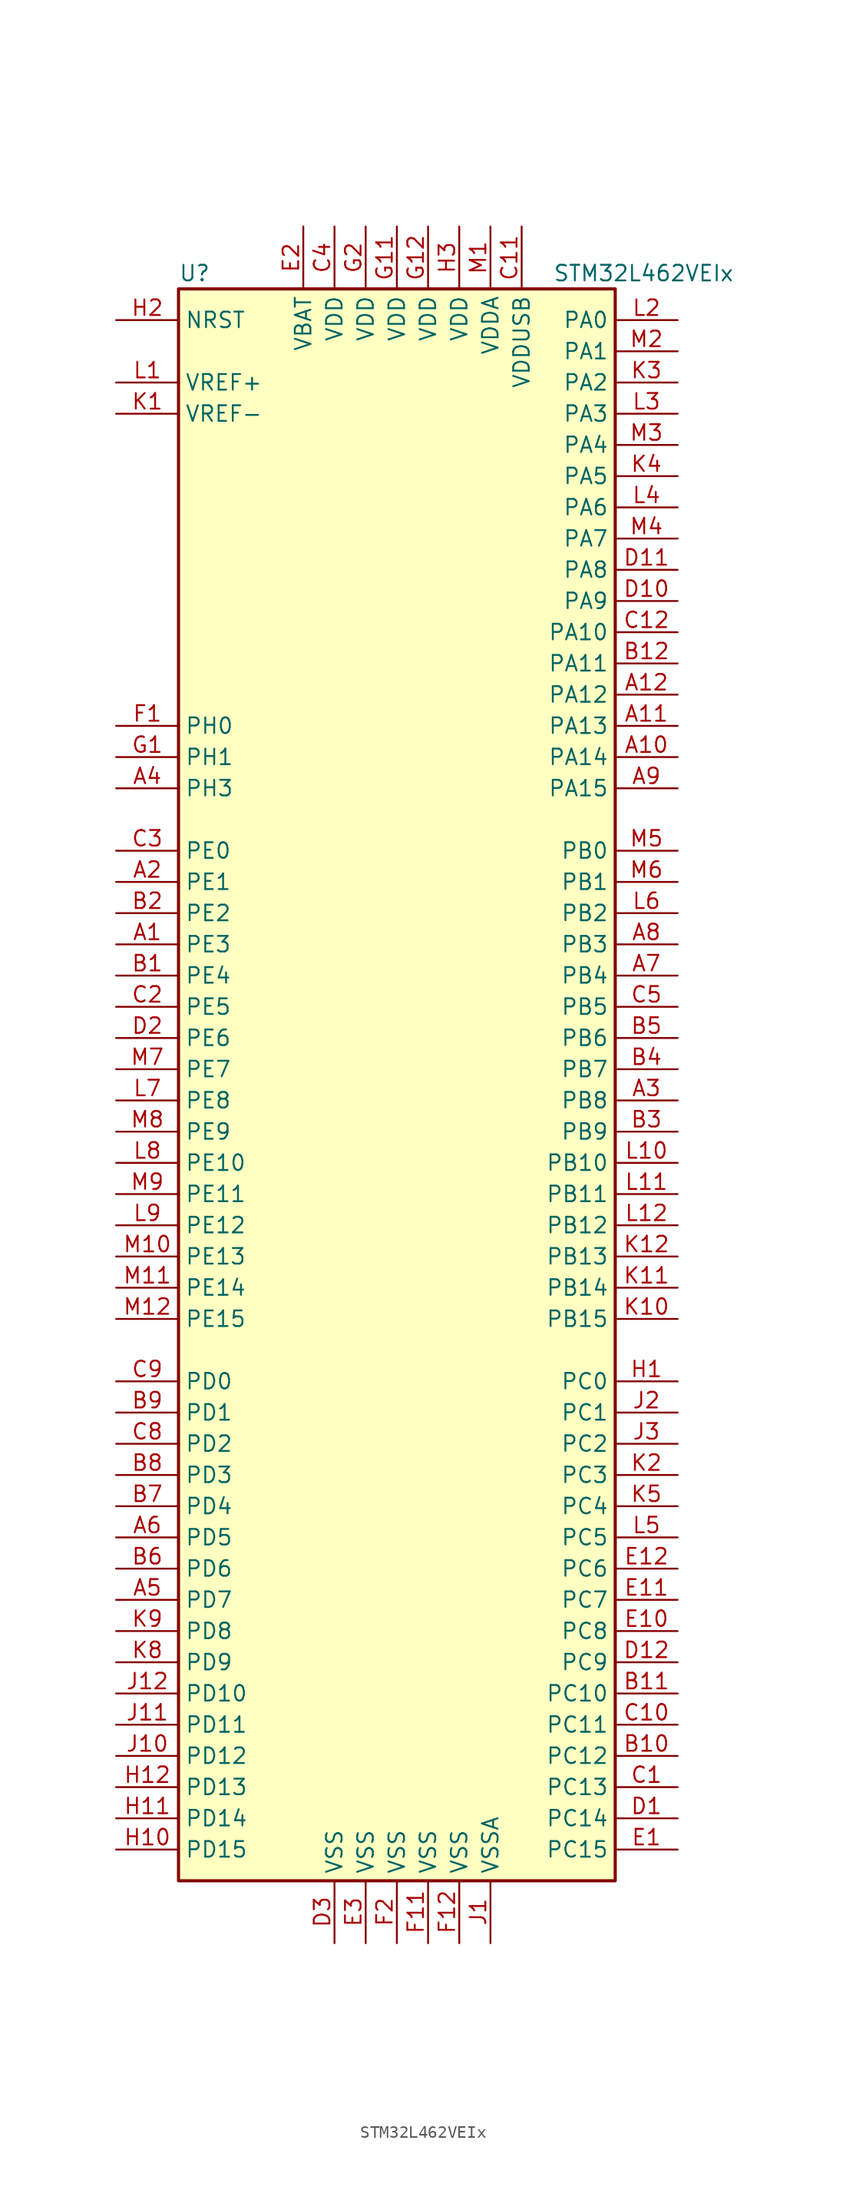
<source format=kicad_sym>
(kicad_symbol_lib
  (version 20201005)
  (generator kicad_symbol_editor)
  (symbol "STM32L462VEIx"
    (property "Reference" "U"
      (at -17.78 64.77 0)
      (effects (font (size 1.27 1.27)) (justify left)))
    (property "Value" "STM32L462VEIx"
      (at 12.7 64.77 0)
      (effects (font (size 1.27 1.27)) (justify left)))
    (symbol "STM32L462VEIx_0_1"
      (rectangle (start -17.78 -66.04) (end 17.78 63.5) (stroke (width 0.254)) (fill (type background))))
    (symbol "STM32L462VEIx_1_1"
      (pin input line (at -22.86 60.96 0) (length 5.08) (name "NRST" (effects (font (size 1.27 1.27)))) (number "H2" (effects (font (size 1.27 1.27)))))
      (pin bidirectional line (at 22.86 60.96 180) (length 5.08) (name "PA0" (effects (font (size 1.27 1.27)))) (number "L2" (effects (font (size 1.27 1.27)))))
      (pin bidirectional line (at 22.86 58.42 180) (length 5.08) (name "PA1" (effects (font (size 1.27 1.27)))) (number "M2" (effects (font (size 1.27 1.27)))))
      (pin bidirectional line (at 22.86 35.56 180) (length 5.08) (name "PA10" (effects (font (size 1.27 1.27)))) (number "C12" (effects (font (size 1.27 1.27)))))
      (pin bidirectional line (at 22.86 33.02 180) (length 5.08) (name "PA11" (effects (font (size 1.27 1.27)))) (number "B12" (effects (font (size 1.27 1.27)))))
      (pin bidirectional line (at 22.86 30.48 180) (length 5.08) (name "PA12" (effects (font (size 1.27 1.27)))) (number "A12" (effects (font (size 1.27 1.27)))))
      (pin bidirectional line (at 22.86 27.94 180) (length 5.08) (name "PA13" (effects (font (size 1.27 1.27)))) (number "A11" (effects (font (size 1.27 1.27)))))
      (pin bidirectional line (at 22.86 25.4 180) (length 5.08) (name "PA14" (effects (font (size 1.27 1.27)))) (number "A10" (effects (font (size 1.27 1.27)))))
      (pin bidirectional line (at 22.86 22.86 180) (length 5.08) (name "PA15" (effects (font (size 1.27 1.27)))) (number "A9" (effects (font (size 1.27 1.27)))))
      (pin bidirectional line (at 22.86 55.88 180) (length 5.08) (name "PA2" (effects (font (size 1.27 1.27)))) (number "K3" (effects (font (size 1.27 1.27)))))
      (pin bidirectional line (at 22.86 53.34 180) (length 5.08) (name "PA3" (effects (font (size 1.27 1.27)))) (number "L3" (effects (font (size 1.27 1.27)))))
      (pin bidirectional line (at 22.86 50.8 180) (length 5.08) (name "PA4" (effects (font (size 1.27 1.27)))) (number "M3" (effects (font (size 1.27 1.27)))))
      (pin bidirectional line (at 22.86 48.26 180) (length 5.08) (name "PA5" (effects (font (size 1.27 1.27)))) (number "K4" (effects (font (size 1.27 1.27)))))
      (pin bidirectional line (at 22.86 45.72 180) (length 5.08) (name "PA6" (effects (font (size 1.27 1.27)))) (number "L4" (effects (font (size 1.27 1.27)))))
      (pin bidirectional line (at 22.86 43.18 180) (length 5.08) (name "PA7" (effects (font (size 1.27 1.27)))) (number "M4" (effects (font (size 1.27 1.27)))))
      (pin bidirectional line (at 22.86 40.64 180) (length 5.08) (name "PA8" (effects (font (size 1.27 1.27)))) (number "D11" (effects (font (size 1.27 1.27)))))
      (pin bidirectional line (at 22.86 38.1 180) (length 5.08) (name "PA9" (effects (font (size 1.27 1.27)))) (number "D10" (effects (font (size 1.27 1.27)))))
      (pin bidirectional line (at 22.86 17.78 180) (length 5.08) (name "PB0" (effects (font (size 1.27 1.27)))) (number "M5" (effects (font (size 1.27 1.27)))))
      (pin bidirectional line (at 22.86 15.24 180) (length 5.08) (name "PB1" (effects (font (size 1.27 1.27)))) (number "M6" (effects (font (size 1.27 1.27)))))
      (pin bidirectional line (at 22.86 -7.62 180) (length 5.08) (name "PB10" (effects (font (size 1.27 1.27)))) (number "L10" (effects (font (size 1.27 1.27)))))
      (pin bidirectional line (at 22.86 -10.16 180) (length 5.08) (name "PB11" (effects (font (size 1.27 1.27)))) (number "L11" (effects (font (size 1.27 1.27)))))
      (pin bidirectional line (at 22.86 -12.7 180) (length 5.08) (name "PB12" (effects (font (size 1.27 1.27)))) (number "L12" (effects (font (size 1.27 1.27)))))
      (pin bidirectional line (at 22.86 -15.24 180) (length 5.08) (name "PB13" (effects (font (size 1.27 1.27)))) (number "K12" (effects (font (size 1.27 1.27)))))
      (pin bidirectional line (at 22.86 -17.78 180) (length 5.08) (name "PB14" (effects (font (size 1.27 1.27)))) (number "K11" (effects (font (size 1.27 1.27)))))
      (pin bidirectional line (at 22.86 -20.32 180) (length 5.08) (name "PB15" (effects (font (size 1.27 1.27)))) (number "K10" (effects (font (size 1.27 1.27)))))
      (pin bidirectional line (at 22.86 12.7 180) (length 5.08) (name "PB2" (effects (font (size 1.27 1.27)))) (number "L6" (effects (font (size 1.27 1.27)))))
      (pin bidirectional line (at 22.86 10.16 180) (length 5.08) (name "PB3" (effects (font (size 1.27 1.27)))) (number "A8" (effects (font (size 1.27 1.27)))))
      (pin bidirectional line (at 22.86 7.62 180) (length 5.08) (name "PB4" (effects (font (size 1.27 1.27)))) (number "A7" (effects (font (size 1.27 1.27)))))
      (pin bidirectional line (at 22.86 5.08 180) (length 5.08) (name "PB5" (effects (font (size 1.27 1.27)))) (number "C5" (effects (font (size 1.27 1.27)))))
      (pin bidirectional line (at 22.86 2.54 180) (length 5.08) (name "PB6" (effects (font (size 1.27 1.27)))) (number "B5" (effects (font (size 1.27 1.27)))))
      (pin bidirectional line (at 22.86 0 180) (length 5.08) (name "PB7" (effects (font (size 1.27 1.27)))) (number "B4" (effects (font (size 1.27 1.27)))))
      (pin bidirectional line (at 22.86 -2.54 180) (length 5.08) (name "PB8" (effects (font (size 1.27 1.27)))) (number "A3" (effects (font (size 1.27 1.27)))))
      (pin bidirectional line (at 22.86 -5.08 180) (length 5.08) (name "PB9" (effects (font (size 1.27 1.27)))) (number "B3" (effects (font (size 1.27 1.27)))))
      (pin bidirectional line (at 22.86 -25.4 180) (length 5.08) (name "PC0" (effects (font (size 1.27 1.27)))) (number "H1" (effects (font (size 1.27 1.27)))))
      (pin bidirectional line (at 22.86 -27.94 180) (length 5.08) (name "PC1" (effects (font (size 1.27 1.27)))) (number "J2" (effects (font (size 1.27 1.27)))))
      (pin bidirectional line (at 22.86 -50.8 180) (length 5.08) (name "PC10" (effects (font (size 1.27 1.27)))) (number "B11" (effects (font (size 1.27 1.27)))))
      (pin bidirectional line (at 22.86 -53.34 180) (length 5.08) (name "PC11" (effects (font (size 1.27 1.27)))) (number "C10" (effects (font (size 1.27 1.27)))))
      (pin bidirectional line (at 22.86 -55.88 180) (length 5.08) (name "PC12" (effects (font (size 1.27 1.27)))) (number "B10" (effects (font (size 1.27 1.27)))))
      (pin bidirectional line (at 22.86 -58.42 180) (length 5.08) (name "PC13" (effects (font (size 1.27 1.27)))) (number "C1" (effects (font (size 1.27 1.27)))))
      (pin bidirectional line (at 22.86 -60.96 180) (length 5.08) (name "PC14" (effects (font (size 1.27 1.27)))) (number "D1" (effects (font (size 1.27 1.27)))))
      (pin bidirectional line (at 22.86 -63.5 180) (length 5.08) (name "PC15" (effects (font (size 1.27 1.27)))) (number "E1" (effects (font (size 1.27 1.27)))))
      (pin bidirectional line (at 22.86 -30.48 180) (length 5.08) (name "PC2" (effects (font (size 1.27 1.27)))) (number "J3" (effects (font (size 1.27 1.27)))))
      (pin bidirectional line (at 22.86 -33.02 180) (length 5.08) (name "PC3" (effects (font (size 1.27 1.27)))) (number "K2" (effects (font (size 1.27 1.27)))))
      (pin bidirectional line (at 22.86 -35.56 180) (length 5.08) (name "PC4" (effects (font (size 1.27 1.27)))) (number "K5" (effects (font (size 1.27 1.27)))))
      (pin bidirectional line (at 22.86 -38.1 180) (length 5.08) (name "PC5" (effects (font (size 1.27 1.27)))) (number "L5" (effects (font (size 1.27 1.27)))))
      (pin bidirectional line (at 22.86 -40.64 180) (length 5.08) (name "PC6" (effects (font (size 1.27 1.27)))) (number "E12" (effects (font (size 1.27 1.27)))))
      (pin bidirectional line (at 22.86 -43.18 180) (length 5.08) (name "PC7" (effects (font (size 1.27 1.27)))) (number "E11" (effects (font (size 1.27 1.27)))))
      (pin bidirectional line (at 22.86 -45.72 180) (length 5.08) (name "PC8" (effects (font (size 1.27 1.27)))) (number "E10" (effects (font (size 1.27 1.27)))))
      (pin bidirectional line (at 22.86 -48.26 180) (length 5.08) (name "PC9" (effects (font (size 1.27 1.27)))) (number "D12" (effects (font (size 1.27 1.27)))))
      (pin bidirectional line (at -22.86 -25.4 0) (length 5.08) (name "PD0" (effects (font (size 1.27 1.27)))) (number "C9" (effects (font (size 1.27 1.27)))))
      (pin bidirectional line (at -22.86 -27.94 0) (length 5.08) (name "PD1" (effects (font (size 1.27 1.27)))) (number "B9" (effects (font (size 1.27 1.27)))))
      (pin bidirectional line (at -22.86 -50.8 0) (length 5.08) (name "PD10" (effects (font (size 1.27 1.27)))) (number "J12" (effects (font (size 1.27 1.27)))))
      (pin bidirectional line (at -22.86 -53.34 0) (length 5.08) (name "PD11" (effects (font (size 1.27 1.27)))) (number "J11" (effects (font (size 1.27 1.27)))))
      (pin bidirectional line (at -22.86 -55.88 0) (length 5.08) (name "PD12" (effects (font (size 1.27 1.27)))) (number "J10" (effects (font (size 1.27 1.27)))))
      (pin bidirectional line (at -22.86 -58.42 0) (length 5.08) (name "PD13" (effects (font (size 1.27 1.27)))) (number "H12" (effects (font (size 1.27 1.27)))))
      (pin bidirectional line (at -22.86 -60.96 0) (length 5.08) (name "PD14" (effects (font (size 1.27 1.27)))) (number "H11" (effects (font (size 1.27 1.27)))))
      (pin bidirectional line (at -22.86 -63.5 0) (length 5.08) (name "PD15" (effects (font (size 1.27 1.27)))) (number "H10" (effects (font (size 1.27 1.27)))))
      (pin bidirectional line (at -22.86 -30.48 0) (length 5.08) (name "PD2" (effects (font (size 1.27 1.27)))) (number "C8" (effects (font (size 1.27 1.27)))))
      (pin bidirectional line (at -22.86 -33.02 0) (length 5.08) (name "PD3" (effects (font (size 1.27 1.27)))) (number "B8" (effects (font (size 1.27 1.27)))))
      (pin bidirectional line (at -22.86 -35.56 0) (length 5.08) (name "PD4" (effects (font (size 1.27 1.27)))) (number "B7" (effects (font (size 1.27 1.27)))))
      (pin bidirectional line (at -22.86 -38.1 0) (length 5.08) (name "PD5" (effects (font (size 1.27 1.27)))) (number "A6" (effects (font (size 1.27 1.27)))))
      (pin bidirectional line (at -22.86 -40.64 0) (length 5.08) (name "PD6" (effects (font (size 1.27 1.27)))) (number "B6" (effects (font (size 1.27 1.27)))))
      (pin bidirectional line (at -22.86 -43.18 0) (length 5.08) (name "PD7" (effects (font (size 1.27 1.27)))) (number "A5" (effects (font (size 1.27 1.27)))))
      (pin bidirectional line (at -22.86 -45.72 0) (length 5.08) (name "PD8" (effects (font (size 1.27 1.27)))) (number "K9" (effects (font (size 1.27 1.27)))))
      (pin bidirectional line (at -22.86 -48.26 0) (length 5.08) (name "PD9" (effects (font (size 1.27 1.27)))) (number "K8" (effects (font (size 1.27 1.27)))))
      (pin bidirectional line (at -22.86 17.78 0) (length 5.08) (name "PE0" (effects (font (size 1.27 1.27)))) (number "C3" (effects (font (size 1.27 1.27)))))
      (pin bidirectional line (at -22.86 15.24 0) (length 5.08) (name "PE1" (effects (font (size 1.27 1.27)))) (number "A2" (effects (font (size 1.27 1.27)))))
      (pin bidirectional line (at -22.86 -7.62 0) (length 5.08) (name "PE10" (effects (font (size 1.27 1.27)))) (number "L8" (effects (font (size 1.27 1.27)))))
      (pin bidirectional line (at -22.86 -10.16 0) (length 5.08) (name "PE11" (effects (font (size 1.27 1.27)))) (number "M9" (effects (font (size 1.27 1.27)))))
      (pin bidirectional line (at -22.86 -12.7 0) (length 5.08) (name "PE12" (effects (font (size 1.27 1.27)))) (number "L9" (effects (font (size 1.27 1.27)))))
      (pin bidirectional line (at -22.86 -15.24 0) (length 5.08) (name "PE13" (effects (font (size 1.27 1.27)))) (number "M10" (effects (font (size 1.27 1.27)))))
      (pin bidirectional line (at -22.86 -17.78 0) (length 5.08) (name "PE14" (effects (font (size 1.27 1.27)))) (number "M11" (effects (font (size 1.27 1.27)))))
      (pin bidirectional line (at -22.86 -20.32 0) (length 5.08) (name "PE15" (effects (font (size 1.27 1.27)))) (number "M12" (effects (font (size 1.27 1.27)))))
      (pin bidirectional line (at -22.86 12.7 0) (length 5.08) (name "PE2" (effects (font (size 1.27 1.27)))) (number "B2" (effects (font (size 1.27 1.27)))))
      (pin bidirectional line (at -22.86 10.16 0) (length 5.08) (name "PE3" (effects (font (size 1.27 1.27)))) (number "A1" (effects (font (size 1.27 1.27)))))
      (pin bidirectional line (at -22.86 7.62 0) (length 5.08) (name "PE4" (effects (font (size 1.27 1.27)))) (number "B1" (effects (font (size 1.27 1.27)))))
      (pin bidirectional line (at -22.86 5.08 0) (length 5.08) (name "PE5" (effects (font (size 1.27 1.27)))) (number "C2" (effects (font (size 1.27 1.27)))))
      (pin bidirectional line (at -22.86 2.54 0) (length 5.08) (name "PE6" (effects (font (size 1.27 1.27)))) (number "D2" (effects (font (size 1.27 1.27)))))
      (pin bidirectional line (at -22.86 0 0) (length 5.08) (name "PE7" (effects (font (size 1.27 1.27)))) (number "M7" (effects (font (size 1.27 1.27)))))
      (pin bidirectional line (at -22.86 -2.54 0) (length 5.08) (name "PE8" (effects (font (size 1.27 1.27)))) (number "L7" (effects (font (size 1.27 1.27)))))
      (pin bidirectional line (at -22.86 -5.08 0) (length 5.08) (name "PE9" (effects (font (size 1.27 1.27)))) (number "M8" (effects (font (size 1.27 1.27)))))
      (pin input line (at -22.86 27.94 0) (length 5.08) (name "PH0" (effects (font (size 1.27 1.27)))) (number "F1" (effects (font (size 1.27 1.27)))))
      (pin input line (at -22.86 25.4 0) (length 5.08) (name "PH1" (effects (font (size 1.27 1.27)))) (number "G1" (effects (font (size 1.27 1.27)))))
      (pin bidirectional line (at -22.86 22.86 0) (length 5.08) (name "PH3" (effects (font (size 1.27 1.27)))) (number "A4" (effects (font (size 1.27 1.27)))))
      (pin power_in line (at -7.62 68.58 270) (length 5.08) (name "VBAT" (effects (font (size 1.27 1.27)))) (number "E2" (effects (font (size 1.27 1.27)))))
      (pin power_in line (at -5.08 68.58 270) (length 5.08) (name "VDD" (effects (font (size 1.27 1.27)))) (number "C4" (effects (font (size 1.27 1.27)))))
      (pin power_in line (at 0 68.58 270) (length 5.08) (name "VDD" (effects (font (size 1.27 1.27)))) (number "G11" (effects (font (size 1.27 1.27)))))
      (pin power_in line (at 2.54 68.58 270) (length 5.08) (name "VDD" (effects (font (size 1.27 1.27)))) (number "G12" (effects (font (size 1.27 1.27)))))
      (pin power_in line (at -2.54 68.58 270) (length 5.08) (name "VDD" (effects (font (size 1.27 1.27)))) (number "G2" (effects (font (size 1.27 1.27)))))
      (pin power_in line (at 5.08 68.58 270) (length 5.08) (name "VDD" (effects (font (size 1.27 1.27)))) (number "H3" (effects (font (size 1.27 1.27)))))
      (pin power_in line (at 7.62 68.58 270) (length 5.08) (name "VDDA" (effects (font (size 1.27 1.27)))) (number "M1" (effects (font (size 1.27 1.27)))))
      (pin power_in line (at 10.16 68.58 270) (length 5.08) (name "VDDUSB" (effects (font (size 1.27 1.27)))) (number "C11" (effects (font (size 1.27 1.27)))))
      (pin bidirectional line (at -22.86 55.88 0) (length 5.08) (name "VREF+" (effects (font (size 1.27 1.27)))) (number "L1" (effects (font (size 1.27 1.27)))))
      (pin power_in line (at -22.86 53.34 0) (length 5.08) (name "VREF-" (effects (font (size 1.27 1.27)))) (number "K1" (effects (font (size 1.27 1.27)))))
      (pin power_in line (at -5.08 -71.12 90) (length 5.08) (name "VSS" (effects (font (size 1.27 1.27)))) (number "D3" (effects (font (size 1.27 1.27)))))
      (pin power_in line (at -2.54 -71.12 90) (length 5.08) (name "VSS" (effects (font (size 1.27 1.27)))) (number "E3" (effects (font (size 1.27 1.27)))))
      (pin power_in line (at 2.54 -71.12 90) (length 5.08) (name "VSS" (effects (font (size 1.27 1.27)))) (number "F11" (effects (font (size 1.27 1.27)))))
      (pin power_in line (at 5.08 -71.12 90) (length 5.08) (name "VSS" (effects (font (size 1.27 1.27)))) (number "F12" (effects (font (size 1.27 1.27)))))
      (pin power_in line (at 0 -71.12 90) (length 5.08) (name "VSS" (effects (font (size 1.27 1.27)))) (number "F2" (effects (font (size 1.27 1.27)))))
      (pin power_in line (at 7.62 -71.12 90) (length 5.08) (name "VSSA" (effects (font (size 1.27 1.27)))) (number "J1" (effects (font (size 1.27 1.27))))))))
</source>
